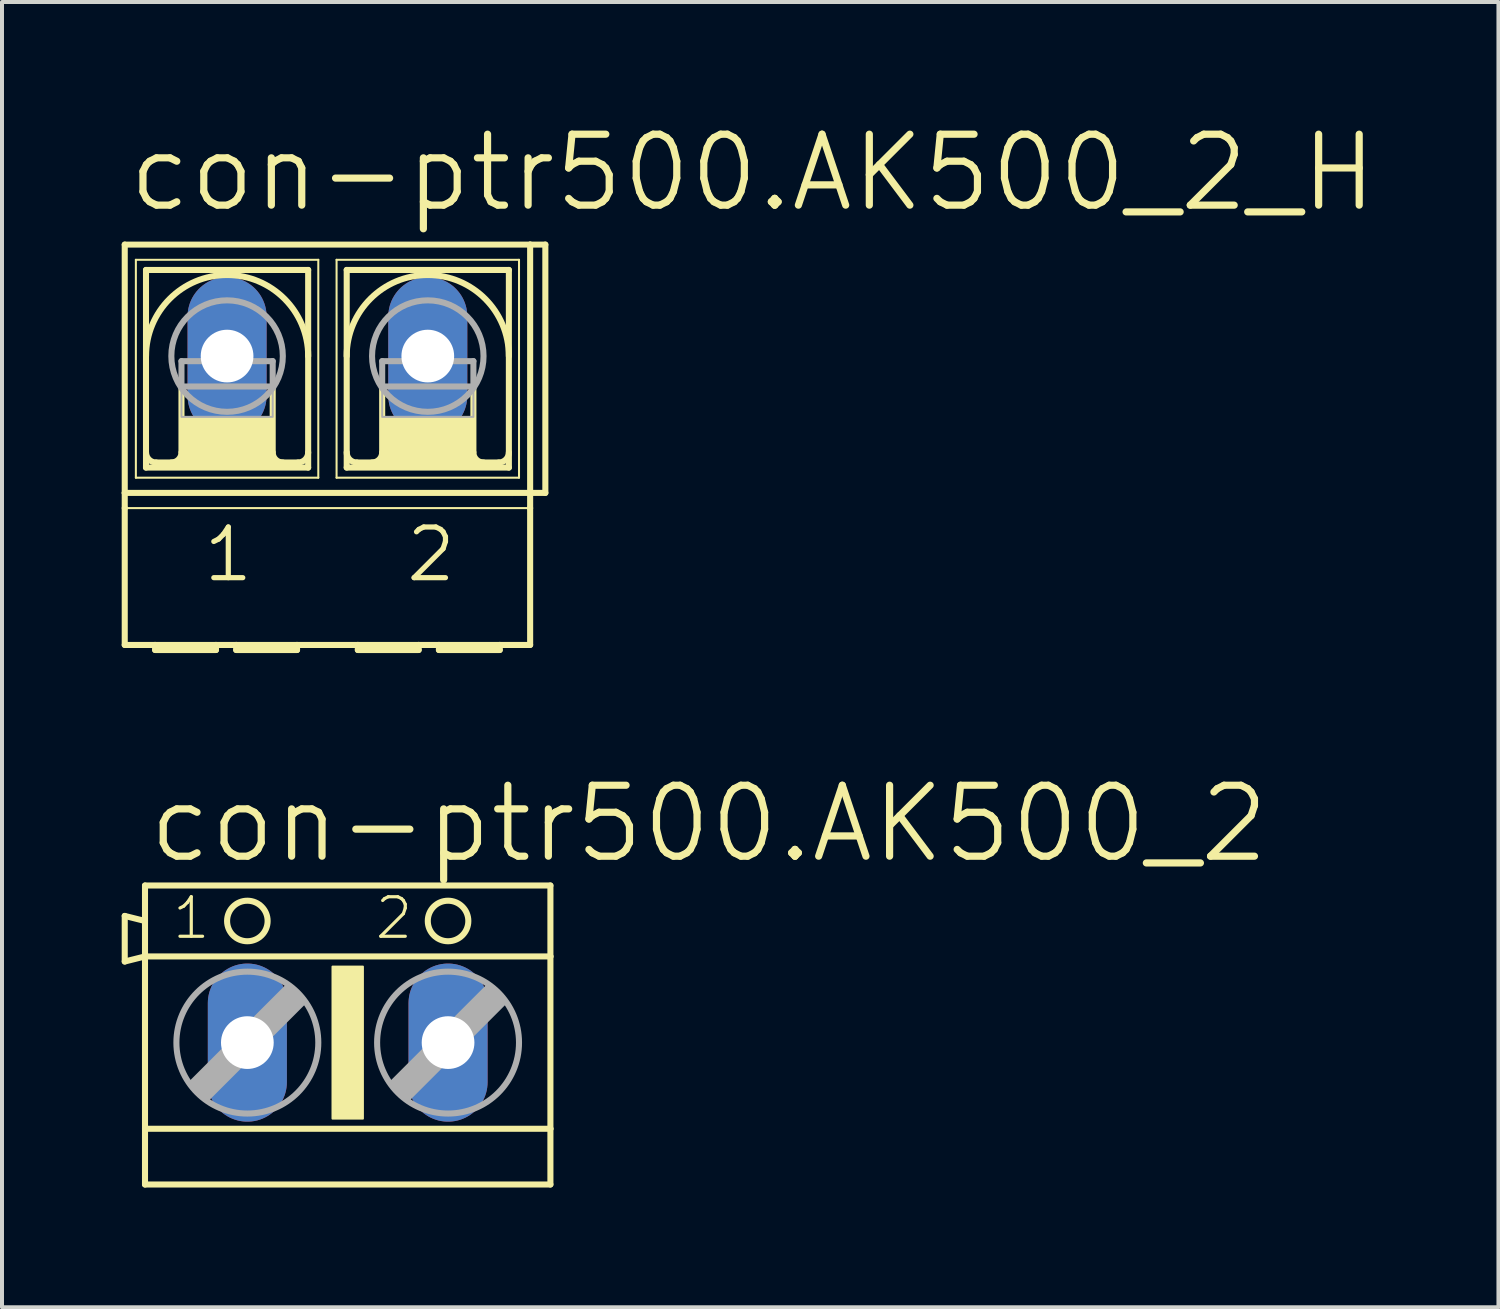
<source format=kicad_pcb>
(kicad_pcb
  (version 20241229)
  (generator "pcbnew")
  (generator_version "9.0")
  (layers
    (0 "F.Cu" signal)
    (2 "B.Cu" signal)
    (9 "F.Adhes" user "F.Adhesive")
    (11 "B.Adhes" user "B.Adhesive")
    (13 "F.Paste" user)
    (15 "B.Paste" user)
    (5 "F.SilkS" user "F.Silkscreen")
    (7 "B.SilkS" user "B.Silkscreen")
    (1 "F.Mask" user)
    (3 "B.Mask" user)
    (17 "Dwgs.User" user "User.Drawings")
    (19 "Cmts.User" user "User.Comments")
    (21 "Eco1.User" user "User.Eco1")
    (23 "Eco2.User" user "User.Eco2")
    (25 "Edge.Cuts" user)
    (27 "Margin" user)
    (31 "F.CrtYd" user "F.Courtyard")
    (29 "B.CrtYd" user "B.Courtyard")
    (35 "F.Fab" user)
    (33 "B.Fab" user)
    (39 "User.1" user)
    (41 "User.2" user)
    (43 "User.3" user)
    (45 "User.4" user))
  (footprint "con-ptr500.AK500_2"
    (layer "F.Cu")
    (at 5.664 23.079)
    (property "Reference" "con-ptr500.AK500_2" (at -5.08 -4.445 0) (layer "F.SilkS") (effects (font (size 1.778 1.778) (thickness 0.18)) (justify left bottom)))
    (attr through_hole)
    (fp_line (start -5.588 -3.175) (end -5.588 -2.032) (stroke (width 0.152) (type default)) (layer "F.SilkS"))
    (fp_line (start -5.588 -2.032) (end -5.08 -2.159) (stroke (width 0.152) (type default)) (layer "F.SilkS"))
    (fp_line (start -5.08 -3.048) (end -5.588 -3.175) (stroke (width 0.152) (type default)) (layer "F.SilkS"))
    (fp_line (start -5.08 -3.048) (end -5.08 -3.937) (stroke (width 0.152) (type default)) (layer "F.SilkS"))
    (fp_line (start -5.08 -2.159) (end -5.08 -3.048) (stroke (width 0.152) (type default)) (layer "F.SilkS"))
    (fp_line (start -5.08 -2.159) (end 5.08 -2.159) (stroke (width 0.152) (type default)) (layer "F.SilkS"))
    (fp_line (start -5.08 2.159) (end -5.08 -2.159) (stroke (width 0.152) (type default)) (layer "F.SilkS"))
    (fp_line (start -5.08 2.159) (end 5.08 2.159) (stroke (width 0.152) (type default)) (layer "F.SilkS"))
    (fp_line (start -5.08 3.556) (end -5.08 2.159) (stroke (width 0.152) (type default)) (layer "F.SilkS"))
    (fp_line (start -5.08 3.556) (end 5.08 3.556) (stroke (width 0.152) (type default)) (layer "F.SilkS"))
    (fp_line (start 5.08 -3.937) (end -5.08 -3.937) (stroke (width 0.152) (type default)) (layer "F.SilkS"))
    (fp_line (start 5.08 -3.937) (end 5.08 -2.159) (stroke (width 0.152) (type default)) (layer "F.SilkS"))
    (fp_line (start 5.08 -2.159) (end 5.08 2.159) (stroke (width 0.152) (type default)) (layer "F.SilkS"))
    (fp_line (start 5.08 2.159) (end 5.08 3.556) (stroke (width 0.152) (type default)) (layer "F.SilkS"))
    (fp_rect (start -0.381 1.905) (end 0.381 -1.905) (stroke (width 0.05) (type default)) (fill yes) (layer "F.SilkS"))
    (fp_circle (center -2.515 -3.048) (end -2.007 -3.048) (stroke (width 0.152) (type default)) (fill no) (layer "F.SilkS"))
    (fp_circle (center 2.515 -3.048) (end 3.023 -3.048) (stroke (width 0.152) (type default)) (fill no) (layer "F.SilkS"))
    (fp_line (start -3.912 1.016) (end -3.531 1.397) (stroke (width 0.152) (type default)) (layer "F.Fab"))
    (fp_line (start -3.912 1.016) (end -1.499 -1.397) (stroke (width 0.152) (type default)) (layer "F.Fab"))
    (fp_line (start -3.531 1.016) (end -1.499 -1.016) (stroke (width 0.61) (type default)) (layer "F.Fab"))
    (fp_line (start -3.531 1.397) (end -1.118 -1.016) (stroke (width 0.152) (type default)) (layer "F.Fab"))
    (fp_line (start -1.499 -1.397) (end -1.118 -1.016) (stroke (width 0.152) (type default)) (layer "F.Fab"))
    (fp_line (start 1.118 1.016) (end 1.499 1.397) (stroke (width 0.152) (type default)) (layer "F.Fab"))
    (fp_line (start 1.118 1.016) (end 3.531 -1.397) (stroke (width 0.152) (type default)) (layer "F.Fab"))
    (fp_line (start 1.499 1.016) (end 3.531 -1.016) (stroke (width 0.61) (type default)) (layer "F.Fab"))
    (fp_line (start 1.499 1.397) (end 3.912 -1.016) (stroke (width 0.152) (type default)) (layer "F.Fab"))
    (fp_line (start 3.531 -1.397) (end 3.912 -1.016) (stroke (width 0.152) (type default)) (layer "F.Fab"))
    (fp_circle (center -2.515 0) (end -0.737 0) (stroke (width 0.152) (type default)) (fill no) (layer "F.Fab"))
    (fp_circle (center 2.515 0) (end 4.293 0) (stroke (width 0.152) (type default)) (fill no) (layer "F.Fab"))
    (fp_text user "1" (at -4.445 -2.54 0) (layer "F.SilkS") (effects (font (size 0.991 0.991) (thickness 0.08)) (justify left bottom)))
    (fp_text user "2" (at 0.635 -2.54 0) (layer "F.SilkS") (effects (font (size 0.991 0.991) (thickness 0.08)) (justify left bottom)))
    (pad "1" thru_hole oval (at -2.515 0 90) (size 3.962 1.981) (drill 1.321) (layers "*.Cu" "*.Mask"))
    (pad "2" thru_hole oval (at 2.515 0 90) (size 3.962 1.981) (drill 1.321) (layers "*.Cu" "*.Mask")))
  (footprint "con-ptr500.AK500_2_H"
    (layer "F.Cu")
    (at 5.156 5.874)
    (property "Reference" "con-ptr500.AK500_2_H" (at -5.08 -3.556 0) (layer "F.SilkS") (effects (font (size 1.778 1.778) (thickness 0.18)) (justify left bottom)))
    (attr through_hole)
    (fp_line (start -5.08 3.429) (end -5.08 -2.794) (stroke (width 0.152) (type default)) (layer "F.SilkS"))
    (fp_line (start -5.08 3.429) (end 5.08 3.429) (stroke (width 0.152) (type default)) (layer "F.SilkS"))
    (fp_line (start -5.08 3.81) (end -5.08 3.429) (stroke (width 0.152) (type default)) (layer "F.SilkS"))
    (fp_line (start -5.08 7.239) (end -5.08 3.81) (stroke (width 0.152) (type default)) (layer "F.SilkS"))
    (fp_line (start -5.08 7.239) (end -4.318 7.239) (stroke (width 0.152) (type default)) (layer "F.SilkS"))
    (fp_line (start -4.801 -2.413) (end -4.801 3.048) (stroke (width 0.051) (type default)) (layer "F.SilkS"))
    (fp_line (start -4.801 -2.413) (end -0.229 -2.413) (stroke (width 0.051) (type default)) (layer "F.SilkS"))
    (fp_line (start -4.547 2.794) (end -4.547 -2.159) (stroke (width 0.152) (type default)) (layer "F.SilkS"))
    (fp_line (start -4.547 2.794) (end -0.483 2.794) (stroke (width 0.152) (type default)) (layer "F.SilkS"))
    (fp_line (start -4.318 7.239) (end -2.794 7.239) (stroke (width 0.152) (type default)) (layer "F.SilkS"))
    (fp_line (start -4.318 7.366) (end -4.318 7.239) (stroke (width 0.152) (type default)) (layer "F.SilkS"))
    (fp_line (start -4.318 7.366) (end -2.794 7.366) (stroke (width 0.152) (type default)) (layer "F.SilkS"))
    (fp_line (start -3.658 0.762) (end -3.658 2.413) (stroke (width 0.152) (type default)) (layer "F.SilkS"))
    (fp_line (start -2.794 7.239) (end -2.794 7.366) (stroke (width 0.152) (type default)) (layer "F.SilkS"))
    (fp_line (start -2.794 7.239) (end -2.286 7.239) (stroke (width 0.152) (type default)) (layer "F.SilkS"))
    (fp_line (start -2.286 7.239) (end -0.762 7.239) (stroke (width 0.152) (type default)) (layer "F.SilkS"))
    (fp_line (start -2.286 7.366) (end -2.286 7.239) (stroke (width 0.152) (type default)) (layer "F.SilkS"))
    (fp_line (start -2.286 7.366) (end -0.762 7.366) (stroke (width 0.152) (type default)) (layer "F.SilkS"))
    (fp_line (start -1.372 0.762) (end -1.372 2.413) (stroke (width 0.152) (type default)) (layer "F.SilkS"))
    (fp_line (start -0.762 7.239) (end 0.762 7.239) (stroke (width 0.152) (type default)) (layer "F.SilkS"))
    (fp_line (start -0.762 7.366) (end -0.762 7.239) (stroke (width 0.152) (type default)) (layer "F.SilkS"))
    (fp_line (start -0.737 2.667) (end -4.293 2.667) (stroke (width 0.152) (type default)) (layer "F.SilkS"))
    (fp_line (start -0.483 -2.159) (end -4.547 -2.159) (stroke (width 0.152) (type default)) (layer "F.SilkS"))
    (fp_line (start -0.483 -2.159) (end -0.483 2.794) (stroke (width 0.152) (type default)) (layer "F.SilkS"))
    (fp_line (start -0.229 -2.413) (end -0.229 3.048) (stroke (width 0.051) (type default)) (layer "F.SilkS"))
    (fp_line (start -0.229 3.048) (end -4.801 3.048) (stroke (width 0.051) (type default)) (layer "F.SilkS"))
    (fp_line (start 0.229 -2.413) (end 0.229 3.048) (stroke (width 0.051) (type default)) (layer "F.SilkS"))
    (fp_line (start 0.229 -2.413) (end 4.801 -2.413) (stroke (width 0.051) (type default)) (layer "F.SilkS"))
    (fp_line (start 0.483 -2.159) (end 0.483 2.794) (stroke (width 0.152) (type default)) (layer "F.SilkS"))
    (fp_line (start 0.483 2.794) (end 4.547 2.794) (stroke (width 0.152) (type default)) (layer "F.SilkS"))
    (fp_line (start 0.762 7.239) (end 2.286 7.239) (stroke (width 0.152) (type default)) (layer "F.SilkS"))
    (fp_line (start 0.762 7.366) (end 0.762 7.239) (stroke (width 0.152) (type default)) (layer "F.SilkS"))
    (fp_line (start 0.762 7.366) (end 2.286 7.366) (stroke (width 0.152) (type default)) (layer "F.SilkS"))
    (fp_line (start 1.372 0.762) (end 1.372 2.413) (stroke (width 0.152) (type default)) (layer "F.SilkS"))
    (fp_line (start 2.286 7.239) (end 2.286 7.366) (stroke (width 0.152) (type default)) (layer "F.SilkS"))
    (fp_line (start 2.286 7.239) (end 2.794 7.239) (stroke (width 0.152) (type default)) (layer "F.SilkS"))
    (fp_line (start 2.794 7.239) (end 4.318 7.239) (stroke (width 0.152) (type default)) (layer "F.SilkS"))
    (fp_line (start 2.794 7.366) (end 2.794 7.239) (stroke (width 0.152) (type default)) (layer "F.SilkS"))
    (fp_line (start 2.794 7.366) (end 4.318 7.366) (stroke (width 0.152) (type default)) (layer "F.SilkS"))
    (fp_line (start 3.658 0.762) (end 3.658 2.413) (stroke (width 0.152) (type default)) (layer "F.SilkS"))
    (fp_line (start 4.293 2.667) (end 0.737 2.667) (stroke (width 0.152) (type default)) (layer "F.SilkS"))
    (fp_line (start 4.318 7.239) (end 5.08 7.239) (stroke (width 0.152) (type default)) (layer "F.SilkS"))
    (fp_line (start 4.318 7.366) (end 4.318 7.239) (stroke (width 0.152) (type default)) (layer "F.SilkS"))
    (fp_line (start 4.547 -2.159) (end 0.483 -2.159) (stroke (width 0.152) (type default)) (layer "F.SilkS"))
    (fp_line (start 4.547 2.794) (end 4.547 -2.159) (stroke (width 0.152) (type default)) (layer "F.SilkS"))
    (fp_line (start 4.801 3.048) (end 0.229 3.048) (stroke (width 0.051) (type default)) (layer "F.SilkS"))
    (fp_line (start 4.801 3.048) (end 4.801 -2.413) (stroke (width 0.051) (type default)) (layer "F.SilkS"))
    (fp_line (start 5.08 -2.794) (end -5.08 -2.794) (stroke (width 0.152) (type default)) (layer "F.SilkS"))
    (fp_line (start 5.08 -2.794) (end 5.08 3.429) (stroke (width 0.152) (type default)) (layer "F.SilkS"))
    (fp_line (start 5.08 3.429) (end 5.08 3.81) (stroke (width 0.152) (type default)) (layer "F.SilkS"))
    (fp_line (start 5.08 3.81) (end -5.08 3.81) (stroke (width 0.051) (type default)) (layer "F.SilkS"))
    (fp_line (start 5.08 3.81) (end 5.08 7.239) (stroke (width 0.152) (type default)) (layer "F.SilkS"))
    (fp_line (start 5.461 -2.794) (end 5.08 -2.794) (stroke (width 0.152) (type default)) (layer "F.SilkS"))
    (fp_line (start 5.461 -2.794) (end 5.461 3.429) (stroke (width 0.152) (type default)) (layer "F.SilkS"))
    (fp_line (start 5.461 3.429) (end 5.08 3.429) (stroke (width 0.152) (type default)) (layer "F.SilkS"))
    (fp_rect (start -3.658 2.667) (end -1.372 1.524) (stroke (width 0.05) (type default)) (fill yes) (layer "F.SilkS"))
    (fp_rect (start 1.372 2.667) (end 3.658 1.524) (stroke (width 0.05) (type default)) (fill yes) (layer "F.SilkS"))
    (fp_arc (start -4.5466 0) (mid -2.5146 -2.032) (end -0.4826 0) (stroke (width 0.1524) (type default)) (layer "F.SilkS"))
    (fp_arc (start -4.2926 2.667) (mid -4.472205 2.592605) (end -4.5466 2.413) (stroke (width 0.1524) (type default)) (layer "F.SilkS"))
    (fp_arc (start -3.6576 2.413) (mid -3.731995 2.592605) (end -3.9116 2.667) (stroke (width 0.1524) (type default)) (layer "F.SilkS"))
    (fp_arc (start -1.1176 2.667) (mid -1.297205 2.592605) (end -1.3716 2.413) (stroke (width 0.1524) (type default)) (layer "F.SilkS"))
    (fp_arc (start -0.4826 2.413) (mid -0.556995 2.592605) (end -0.7366 2.667) (stroke (width 0.1524) (type default)) (layer "F.SilkS"))
    (fp_arc (start 0.4826 0) (mid 2.5146 -2.032) (end 4.5466 0) (stroke (width 0.1524) (type default)) (layer "F.SilkS"))
    (fp_arc (start 0.7366 2.667) (mid 0.556995 2.592605) (end 0.4826 2.413) (stroke (width 0.1524) (type default)) (layer "F.SilkS"))
    (fp_arc (start 1.3716 2.413) (mid 1.297205 2.592605) (end 1.1176 2.667) (stroke (width 0.1524) (type default)) (layer "F.SilkS"))
    (fp_arc (start 3.9116 2.667) (mid 3.731995 2.592605) (end 3.6576 2.413) (stroke (width 0.1524) (type default)) (layer "F.SilkS"))
    (fp_arc (start 4.5466 2.413) (mid 4.472205 2.592605) (end 4.2926 2.667) (stroke (width 0.1524) (type default)) (layer "F.SilkS"))
    (fp_line (start -3.658 0.127) (end -3.658 0.762) (stroke (width 0.152) (type default)) (layer "F.Fab"))
    (fp_line (start -3.658 0.127) (end -1.372 0.127) (stroke (width 0.152) (type default)) (layer "F.Fab"))
    (fp_line (start -3.658 0.762) (end -1.372 0.762) (stroke (width 0.152) (type default)) (layer "F.Fab"))
    (fp_line (start -1.372 0.127) (end -1.372 0.762) (stroke (width 0.152) (type default)) (layer "F.Fab"))
    (fp_line (start 1.372 0.127) (end 1.372 0.762) (stroke (width 0.152) (type default)) (layer "F.Fab"))
    (fp_line (start 1.372 0.127) (end 3.658 0.127) (stroke (width 0.152) (type default)) (layer "F.Fab"))
    (fp_line (start 1.372 0.762) (end 3.658 0.762) (stroke (width 0.152) (type default)) (layer "F.Fab"))
    (fp_line (start 3.658 0.127) (end 3.658 0.762) (stroke (width 0.152) (type default)) (layer "F.Fab"))
    (fp_rect (start -3.658 1.524) (end -1.372 0.762) (stroke (width 0.05) (type default)) (fill no) (layer "F.Fab"))
    (fp_rect (start 1.372 1.524) (end 3.658 0.762) (stroke (width 0.05) (type default)) (fill no) (layer "F.Fab"))
    (fp_circle (center -2.515 0) (end -1.118 0) (stroke (width 0.152) (type default)) (fill no) (layer "F.Fab"))
    (fp_circle (center 2.515 0) (end 3.912 0) (stroke (width 0.152) (type default)) (fill no) (layer "F.Fab"))
    (fp_text user "2" (at 1.905 5.715 0) (layer "F.SilkS") (effects (font (size 1.27 1.27) (thickness 0.13)) (justify left bottom)))
    (fp_text user "1" (at -3.175 5.715 0) (layer "F.SilkS") (effects (font (size 1.27 1.27) (thickness 0.13)) (justify left bottom)))
    (pad "1" thru_hole oval (at -2.515 0 90) (size 3.962 1.981) (drill 1.321) (layers "*.Cu" "*.Mask"))
    (pad "2" thru_hole oval (at 2.515 0 90) (size 3.962 1.981) (drill 1.321) (layers "*.Cu" "*.Mask")))
  (gr_rect
    (start -3 -3)
    (end 34.503 29.711)
    (stroke (width 0.1) (type default))
    (fill no)
    (layer "Edge.Cuts")))
</source>
